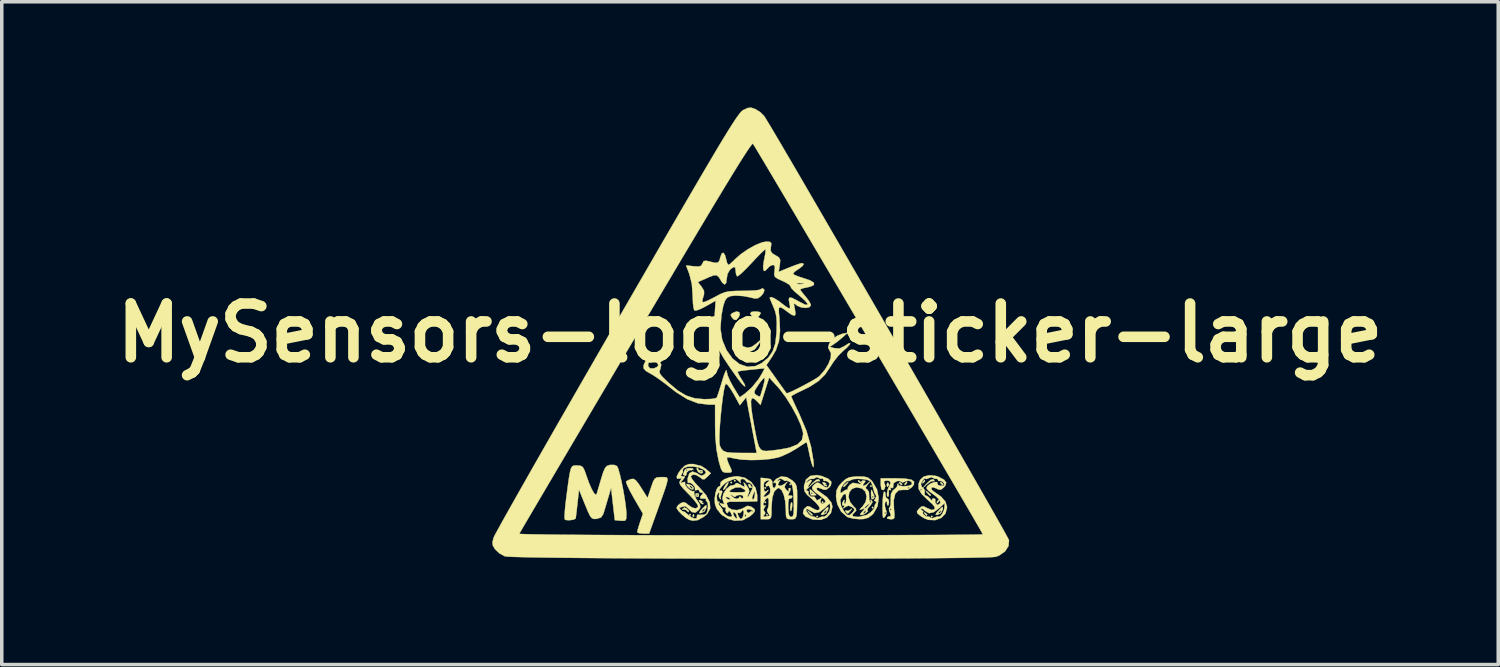
<source format=kicad_pcb>
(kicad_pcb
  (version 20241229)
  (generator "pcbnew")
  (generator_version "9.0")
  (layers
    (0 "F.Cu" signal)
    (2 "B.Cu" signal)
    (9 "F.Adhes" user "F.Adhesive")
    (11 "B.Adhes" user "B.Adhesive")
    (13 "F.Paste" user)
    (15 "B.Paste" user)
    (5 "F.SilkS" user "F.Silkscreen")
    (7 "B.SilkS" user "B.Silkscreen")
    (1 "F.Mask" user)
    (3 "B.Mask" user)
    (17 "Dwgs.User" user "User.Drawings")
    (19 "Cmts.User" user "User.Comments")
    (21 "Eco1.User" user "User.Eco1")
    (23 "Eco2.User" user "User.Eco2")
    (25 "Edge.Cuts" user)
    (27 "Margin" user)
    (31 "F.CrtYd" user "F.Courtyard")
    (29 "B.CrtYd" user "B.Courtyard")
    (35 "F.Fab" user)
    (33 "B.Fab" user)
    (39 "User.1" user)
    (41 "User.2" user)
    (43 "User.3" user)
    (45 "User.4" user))
  (footprint "MySensors-logo-sticker-large"
    (layer "F.Cu")
    (at 18.223 6.394)
    (property "Reference" "MySensors-logo-sticker-large" (at 0 0 0) (layer "F.SilkS") (effects (font (size 1.524 1.524) (thickness 0.3))))
    (attr through_hole)
    (fp_poly (pts (xy -1.339 4.781) (xy -1.339 4.782) (xy -1.341 4.78) (xy -1.339 4.781)) (stroke (width 0.01) (type solid)) (fill yes) (layer "F.SilkS"))
    (fp_poly (pts (xy 2.166 4.273) (xy 2.166 4.274) (xy 2.164 4.272) (xy 2.166 4.273)) (stroke (width 0.01) (type solid)) (fill yes) (layer "F.SilkS"))
    (fp_poly (pts (xy -1.676 5.156) (xy -1.702 5.182) (xy -1.727 5.156) (xy -1.702 5.131) (xy -1.676 5.156)) (stroke (width 0.01) (type solid)) (fill yes) (layer "F.SilkS"))
    (fp_poly (pts (xy -0.864 4.801) (xy -0.889 4.826) (xy -0.914 4.801) (xy -0.889 4.775) (xy -0.864 4.801)) (stroke (width 0.01) (type solid)) (fill yes) (layer "F.SilkS"))
    (fp_poly (pts (xy -0.508 4.242) (xy -0.533 4.267) (xy -0.559 4.242) (xy -0.533 4.216) (xy -0.508 4.242)) (stroke (width 0.01) (type solid)) (fill yes) (layer "F.SilkS"))
    (fp_poly (pts (xy -0.406 4.191) (xy -0.432 4.216) (xy -0.457 4.191) (xy -0.432 4.166) (xy -0.406 4.191)) (stroke (width 0.01) (type solid)) (fill yes) (layer "F.SilkS"))
    (fp_poly (pts (xy 0.457 4.394) (xy 0.432 4.42) (xy 0.406 4.394) (xy 0.432 4.369) (xy 0.457 4.394)) (stroke (width 0.01) (type solid)) (fill yes) (layer "F.SilkS"))
    (fp_poly (pts (xy 0.457 4.801) (xy 0.432 4.826) (xy 0.406 4.801) (xy 0.432 4.775) (xy 0.457 4.801)) (stroke (width 0.01) (type solid)) (fill yes) (layer "F.SilkS"))
    (fp_poly (pts (xy 0.508 5.156) (xy 0.483 5.182) (xy 0.457 5.156) (xy 0.483 5.131) (xy 0.508 5.156)) (stroke (width 0.01) (type solid)) (fill yes) (layer "F.SilkS"))
    (fp_poly (pts (xy 1.168 4.293) (xy 1.143 4.318) (xy 1.118 4.293) (xy 1.143 4.267) (xy 1.168 4.293)) (stroke (width 0.01) (type solid)) (fill yes) (layer "F.SilkS"))
    (fp_poly (pts (xy 1.93 5.207) (xy 1.905 5.232) (xy 1.88 5.207) (xy 1.905 5.182) (xy 1.93 5.207)) (stroke (width 0.01) (type solid)) (fill yes) (layer "F.SilkS"))
    (fp_poly (pts (xy 2.083 4.801) (xy 2.057 4.826) (xy 2.032 4.801) (xy 2.057 4.775) (xy 2.083 4.801)) (stroke (width 0.01) (type solid)) (fill yes) (layer "F.SilkS"))
    (fp_poly (pts (xy 3.454 4.343) (xy 3.429 4.369) (xy 3.404 4.343) (xy 3.429 4.318) (xy 3.454 4.343)) (stroke (width 0.01) (type solid)) (fill yes) (layer "F.SilkS"))
    (fp_poly (pts (xy 3.505 4.953) (xy 3.48 4.978) (xy 3.454 4.953) (xy 3.48 4.928) (xy 3.505 4.953)) (stroke (width 0.01) (type solid)) (fill yes) (layer "F.SilkS"))
    (fp_poly (pts (xy 5.182 5.207) (xy 5.156 5.232) (xy 5.131 5.207) (xy 5.156 5.182) (xy 5.182 5.207)) (stroke (width 0.01) (type solid)) (fill yes) (layer "F.SilkS"))
    (fp_poly (pts (xy -1.592 5.148) (xy -1.586 5.208) (xy -1.592 5.215) (xy -1.622 5.208) (xy -1.626 5.182) (xy -1.607 5.14) (xy -1.592 5.148)) (stroke (width 0.01) (type solid)) (fill yes) (layer "F.SilkS"))
    (fp_poly (pts (xy 3.091 4.186) (xy 3.145 4.233) (xy 3.15 4.245) (xy 3.125 4.266) (xy 3.075 4.219) (xy 3.069 4.209) (xy 3.063 4.174) (xy 3.091 4.186)) (stroke (width 0.01) (type solid)) (fill yes) (layer "F.SilkS"))
    (fp_poly (pts (xy 3.921 4.248) (xy 3.942 4.306) (xy 3.935 4.322) (xy 3.893 4.366) (xy 3.878 4.314) (xy 3.878 4.295) (xy 3.9 4.244) (xy 3.921 4.248)) (stroke (width 0.01) (type solid)) (fill yes) (layer "F.SilkS"))
    (fp_poly (pts (xy 4.259 4.237) (xy 4.313 4.284) (xy 4.318 4.296) (xy 4.294 4.316) (xy 4.244 4.27) (xy 4.237 4.259) (xy 4.231 4.225) (xy 4.259 4.237)) (stroke (width 0.01) (type solid)) (fill yes) (layer "F.SilkS"))
    (fp_poly (pts (xy 4.971 5.101) (xy 5.025 5.152) (xy 5.014 5.181) (xy 5.007 5.182) (xy 4.964 5.146) (xy 4.948 5.123) (xy 4.942 5.088) (xy 4.971 5.101)) (stroke (width 0.01) (type solid)) (fill yes) (layer "F.SilkS"))
    (fp_poly (pts (xy 5.428 4.237) (xy 5.482 4.288) (xy 5.471 4.318) (xy 5.464 4.318) (xy 5.421 4.282) (xy 5.405 4.259) (xy 5.399 4.225) (xy 5.428 4.237)) (stroke (width 0.01) (type solid)) (fill yes) (layer "F.SilkS"))
    (fp_poly (pts (xy -0.611 4.245) (xy -0.641 4.319) (xy -0.687 4.391) (xy -0.742 4.448) (xy -0.76 4.442) (xy -0.731 4.368) (xy -0.684 4.296) (xy -0.629 4.238) (xy -0.611 4.245)) (stroke (width 0.01) (type solid)) (fill yes) (layer "F.SilkS"))
    (fp_poly (pts (xy 0.009 4.307) (xy 0.048 4.372) (xy 0.043 4.393) (xy -0.01 4.392) (xy -0.017 4.386) (xy -0.05 4.308) (xy -0.051 4.299) (xy -0.025 4.28) (xy 0.009 4.307)) (stroke (width 0.01) (type solid)) (fill yes) (layer "F.SilkS"))
    (fp_poly (pts (xy 1.194 4.823) (xy 1.197 4.899) (xy 1.181 5.006) (xy 1.162 5.053) (xy 1.143 5.032) (xy 1.14 4.956) (xy 1.155 4.849) (xy 1.175 4.802) (xy 1.194 4.823)) (stroke (width 0.01) (type solid)) (fill yes) (layer "F.SilkS"))
    (fp_poly (pts (xy 1.652 5.045) (xy 1.689 5.074) (xy 1.759 5.136) (xy 1.778 5.162) (xy 1.753 5.178) (xy 1.686 5.112) (xy 1.67 5.093) (xy 1.626 5.033) (xy 1.652 5.045)) (stroke (width 0.01) (type solid)) (fill yes) (layer "F.SilkS"))
    (fp_poly (pts (xy 2.778 4.243) (xy 2.75 4.28) (xy 2.676 4.359) (xy 2.642 4.359) (xy 2.642 4.35) (xy 2.676 4.307) (xy 2.731 4.261) (xy 2.791 4.217) (xy 2.778 4.243)) (stroke (width 0.01) (type solid)) (fill yes) (layer "F.SilkS"))
    (fp_poly (pts (xy 4.454 4.249) (xy 4.445 4.267) (xy 4.397 4.316) (xy 4.388 4.318) (xy 4.385 4.285) (xy 4.394 4.267) (xy 4.442 4.219) (xy 4.451 4.216) (xy 4.454 4.249)) (stroke (width 0.01) (type solid)) (fill yes) (layer "F.SilkS"))
    (fp_poly (pts (xy 4.962 4.198) (xy 4.953 4.216) (xy 4.905 4.265) (xy 4.896 4.267) (xy 4.893 4.234) (xy 4.902 4.216) (xy 4.95 4.168) (xy 4.959 4.166) (xy 4.962 4.198)) (stroke (width 0.01) (type solid)) (fill yes) (layer "F.SilkS"))
    (fp_poly (pts (xy 5.005 4.486) (xy 5.042 4.515) (xy 5.112 4.577) (xy 5.131 4.604) (xy 5.106 4.619) (xy 5.039 4.554) (xy 5.023 4.534) (xy 4.979 4.474) (xy 5.005 4.486)) (stroke (width 0.01) (type solid)) (fill yes) (layer "F.SilkS"))
    (fp_poly (pts (xy 5.369 4.757) (xy 5.359 4.775) (xy 5.312 4.824) (xy 5.303 4.826) (xy 5.299 4.793) (xy 5.309 4.775) (xy 5.356 4.727) (xy 5.365 4.724) (xy 5.369 4.757)) (stroke (width 0.01) (type solid)) (fill yes) (layer "F.SilkS"))
    (fp_poly (pts (xy -1.348 4.777) (xy -1.372 4.801) (xy -1.346 4.826) (xy -1.332 4.812) (xy -1.325 4.842) (xy -1.335 4.857) (xy -1.38 4.843) (xy -1.418 4.806) (xy -1.453 4.749) (xy -1.413 4.742) (xy -1.348 4.777)) (stroke (width 0.01) (type solid)) (fill yes) (layer "F.SilkS"))
    (fp_poly (pts (xy -0.306 -0.59) (xy -0.291 -0.516) (xy -0.32 -0.452) (xy -0.39 -0.368) (xy -0.455 -0.378) (xy -0.511 -0.436) (xy -0.551 -0.508) (xy -0.51 -0.559) (xy -0.505 -0.562) (xy -0.384 -0.61) (xy -0.306 -0.59)) (stroke (width 0.01) (type solid)) (fill yes) (layer "F.SilkS"))
    (fp_poly (pts (xy 2.157 4.269) (xy 2.134 4.293) (xy 2.159 4.318) (xy 2.173 4.304) (xy 2.181 4.334) (xy 2.17 4.349) (xy 2.125 4.335) (xy 2.087 4.298) (xy 2.052 4.241) (xy 2.093 4.234) (xy 2.157 4.269)) (stroke (width 0.01) (type solid)) (fill yes) (layer "F.SilkS"))
    (fp_poly (pts (xy 2.877 5.008) (xy 2.851 5.042) (xy 2.785 5.117) (xy 2.745 5.115) (xy 2.713 5.067) (xy 2.702 5.031) (xy 2.718 5.041) (xy 2.786 5.046) (xy 2.84 5.016) (xy 2.893 4.978) (xy 2.877 5.008)) (stroke (width 0.01) (type solid)) (fill yes) (layer "F.SilkS"))
    (fp_poly (pts (xy -1.799 4.982) (xy -1.732 5.052) (xy -1.746 5.08) (xy -1.75 5.08) (xy -1.793 5.044) (xy -1.804 5.028) (xy -1.867 5.002) (xy -1.891 5.011) (xy -1.922 5.013) (xy -1.908 4.984) (xy -1.857 4.949) (xy -1.799 4.982)) (stroke (width 0.01) (type solid)) (fill yes) (layer "F.SilkS"))
    (fp_poly (pts (xy 0.259 -0.598) (xy 0.305 -0.569) (xy 0.305 -0.569) (xy 0.271 -0.5) (xy 0.201 -0.43) (xy 0.152 -0.406) (xy 0.095 -0.438) (xy 0.061 -0.467) (xy 0.004 -0.551) (xy 0.041 -0.597) (xy 0.152 -0.61) (xy 0.259 -0.598)) (stroke (width 0.01) (type solid)) (fill yes) (layer "F.SilkS"))
    (fp_poly (pts (xy 1.981 4.198) (xy 1.981 4.202) (xy 1.956 4.207) (xy 1.947 4.199) (xy 1.89 4.206) (xy 1.797 4.267) (xy 1.782 4.279) (xy 1.651 4.394) (xy 1.773 4.256) (xy 1.873 4.169) (xy 1.949 4.148) (xy 1.981 4.198)) (stroke (width 0.01) (type solid)) (fill yes) (layer "F.SilkS"))
    (fp_poly (pts (xy 5.232 4.198) (xy 5.232 4.202) (xy 5.207 4.207) (xy 5.198 4.199) (xy 5.141 4.206) (xy 5.048 4.267) (xy 5.033 4.279) (xy 4.902 4.394) (xy 5.024 4.256) (xy 5.124 4.169) (xy 5.2 4.148) (xy 5.232 4.198)) (stroke (width 0.01) (type solid)) (fill yes) (layer "F.SilkS"))
    (fp_poly (pts (xy -1.462 4.554) (xy -1.45 4.568) (xy -1.456 4.634) (xy -1.469 4.646) (xy -1.535 4.64) (xy -1.547 4.627) (xy -1.544 4.597) (xy -1.524 4.597) (xy -1.499 4.623) (xy -1.473 4.597) (xy -1.499 4.572) (xy -1.524 4.597) (xy -1.544 4.597) (xy -1.542 4.561) (xy -1.528 4.549) (xy -1.462 4.554)) (stroke (width 0.01) (type solid)) (fill yes) (layer "F.SilkS"))
    (fp_poly (pts (xy 0.253 0.307) (xy 0.134 0.466) (xy -0.022 0.543) (xy -0.162 0.557) (xy -0.321 0.535) (xy -0.422 0.455) (xy -0.429 0.446) (xy -0.489 0.336) (xy -0.508 0.262) (xy -0.492 0.222) (xy -0.43 0.244) (xy -0.381 0.275) (xy -0.2 0.381) (xy -0.066 0.419) (xy 0.049 0.393) (xy 0.158 0.317) (xy 0.32 0.181) (xy 0.253 0.307)) (stroke (width 0.01) (type solid)) (fill yes) (layer "F.SilkS"))
    (fp_poly (pts (xy 1.726 4.451) (xy 1.782 4.499) (xy 1.855 4.568) (xy 1.88 4.597) (xy 1.84 4.604) (xy 1.766 4.606) (xy 1.723 4.602) (xy 1.712 4.556) (xy 1.71 4.547) (xy 1.727 4.547) (xy 1.753 4.572) (xy 1.778 4.547) (xy 1.753 4.521) (xy 1.727 4.547) (xy 1.71 4.547) (xy 1.702 4.504) (xy 1.695 4.442) (xy 1.726 4.451)) (stroke (width 0.01) (type solid)) (fill yes) (layer "F.SilkS"))
    (fp_poly (pts (xy -1.756 4.287) (xy -1.659 4.323) (xy -1.601 4.381) (xy -1.609 4.434) (xy -1.614 4.438) (xy -1.68 4.428) (xy -1.75 4.371) (xy -1.782 4.333) (xy -1.719 4.333) (xy -1.707 4.361) (xy -1.656 4.415) (xy -1.626 4.404) (xy -1.626 4.397) (xy -1.662 4.354) (xy -1.684 4.339) (xy -1.719 4.333) (xy -1.782 4.333) (xy -1.806 4.302) (xy -1.791 4.283) (xy -1.756 4.287)) (stroke (width 0.01) (type solid)) (fill yes) (layer "F.SilkS"))
    (fp_poly (pts (xy -1.476 3.833) (xy -1.473 3.855) (xy -1.445 3.895) (xy -1.426 3.888) (xy -1.36 3.894) (xy -1.349 3.907) (xy -1.342 3.967) (xy -1.392 3.984) (xy -1.462 3.949) (xy -1.473 3.937) (xy -1.422 3.937) (xy -1.397 3.962) (xy -1.372 3.937) (xy -1.397 3.912) (xy -1.422 3.937) (xy -1.473 3.937) (xy -1.475 3.935) (xy -1.513 3.858) (xy -1.506 3.826) (xy -1.476 3.833)) (stroke (width 0.01) (type solid)) (fill yes) (layer "F.SilkS"))
    (fp_poly (pts (xy 3.481 4.513) (xy 3.481 4.513) (xy 3.505 4.582) (xy 3.52 4.607) (xy 3.525 4.679) (xy 3.506 4.698) (xy 3.454 4.718) (xy 3.449 4.715) (xy 3.438 4.648) (xy 3.454 4.648) (xy 3.48 4.674) (xy 3.505 4.648) (xy 3.48 4.623) (xy 3.454 4.648) (xy 3.438 4.648) (xy 3.436 4.633) (xy 3.432 4.534) (xy 3.438 4.461) (xy 3.45 4.449) (xy 3.481 4.513)) (stroke (width 0.01) (type solid)) (fill yes) (layer "F.SilkS"))
    (fp_poly (pts (xy -1.235 4.924) (xy -1.239 4.952) (xy -1.294 5.067) (xy -1.404 5.112) (xy -1.442 5.102) (xy -1.427 5.077) (xy -1.359 5.077) (xy -1.352 5.08) (xy -1.306 5.044) (xy -1.295 5.029) (xy -1.282 4.982) (xy -1.289 4.978) (xy -1.336 5.014) (xy -1.346 5.029) (xy -1.359 5.077) (xy -1.427 5.077) (xy -1.407 5.044) (xy -1.368 5) (xy -1.278 4.908) (xy -1.239 4.884) (xy -1.235 4.924)) (stroke (width 0.01) (type solid)) (fill yes) (layer "F.SilkS"))
    (fp_poly (pts (xy 2.219 4.974) (xy 2.215 5.002) (xy 2.16 5.118) (xy 2.051 5.162) (xy 2.012 5.153) (xy 2.027 5.127) (xy 2.095 5.127) (xy 2.102 5.131) (xy 2.149 5.095) (xy 2.159 5.08) (xy 2.172 5.033) (xy 2.165 5.029) (xy 2.119 5.065) (xy 2.108 5.08) (xy 2.095 5.127) (xy 2.027 5.127) (xy 2.047 5.094) (xy 2.086 5.051) (xy 2.176 4.958) (xy 2.215 4.935) (xy 2.219 4.974)) (stroke (width 0.01) (type solid)) (fill yes) (layer "F.SilkS"))
    (fp_poly (pts (xy 5.47 4.974) (xy 5.466 5.002) (xy 5.411 5.118) (xy 5.302 5.162) (xy 5.263 5.153) (xy 5.279 5.127) (xy 5.346 5.127) (xy 5.353 5.131) (xy 5.4 5.095) (xy 5.41 5.08) (xy 5.423 5.033) (xy 5.416 5.029) (xy 5.37 5.065) (xy 5.359 5.08) (xy 5.346 5.127) (xy 5.279 5.127) (xy 5.298 5.094) (xy 5.337 5.051) (xy 5.427 4.958) (xy 5.466 4.935) (xy 5.47 4.974)) (stroke (width 0.01) (type solid)) (fill yes) (layer "F.SilkS"))
    (fp_poly (pts (xy -1.626 3.841) (xy -1.606 3.87) (xy -1.663 3.893) (xy -1.674 3.888) (xy -1.731 3.897) (xy -1.79 3.952) (xy -1.809 4.011) (xy -1.803 4.022) (xy -1.82 4.044) (xy -1.852 4.047) (xy -1.899 4.019) (xy -1.891 3.992) (xy -1.857 3.905) (xy -1.855 3.889) (xy -1.852 3.886) (xy -1.829 3.886) (xy -1.803 3.912) (xy -1.778 3.886) (xy -1.803 3.861) (xy -1.829 3.886) (xy -1.852 3.886) (xy -1.81 3.851) (xy -1.716 3.833) (xy -1.626 3.841)) (stroke (width 0.01) (type solid)) (fill yes) (layer "F.SilkS"))
    (fp_poly (pts (xy 3.835 4.52) (xy 3.841 4.586) (xy 3.857 4.67) (xy 3.889 4.69) (xy 3.929 4.725) (xy 3.942 4.801) (xy 3.928 4.883) (xy 3.901 4.895) (xy 3.882 4.837) (xy 3.888 4.822) (xy 3.88 4.778) (xy 3.862 4.775) (xy 3.828 4.816) (xy 3.825 4.912) (xy 3.852 5.018) (xy 3.87 5.055) (xy 3.869 5.131) (xy 3.831 5.205) (xy 3.795 5.244) (xy 3.773 5.23) (xy 3.763 5.149) (xy 3.762 5.105) (xy 3.81 5.105) (xy 3.835 5.131) (xy 3.861 5.105) (xy 3.835 5.08) (xy 3.81 5.105) (xy 3.762 5.105) (xy 3.759 4.986) (xy 3.759 4.915) (xy 3.765 4.726) (xy 3.779 4.581) (xy 3.799 4.504) (xy 3.803 4.5) (xy 3.835 4.52)) (stroke (width 0.01) (type solid)) (fill yes) (layer "F.SilkS"))
    (fp_poly (pts (xy -2.375 4.095) (xy -2.345 4.121) (xy -2.341 4.179) (xy -2.364 4.283) (xy -2.417 4.446) (xy -2.5 4.681) (xy -2.602 4.966) (xy -2.862 5.69) (xy -3.031 5.69) (xy -3.145 5.679) (xy -3.2 5.652) (xy -3.2 5.648) (xy -3.185 5.579) (xy -3.146 5.45) (xy -3.119 5.366) (xy -3.037 5.127) (xy -3.294 4.684) (xy -3.398 4.496) (xy -3.474 4.34) (xy -3.514 4.238) (xy -3.515 4.209) (xy -3.442 4.17) (xy -3.371 4.144) (xy -3.302 4.139) (xy -3.236 4.182) (xy -3.153 4.288) (xy -3.084 4.395) (xy -2.906 4.679) (xy -2.808 4.384) (xy -2.751 4.222) (xy -2.703 4.134) (xy -2.641 4.097) (xy -2.543 4.089) (xy -2.51 4.089) (xy -2.431 4.089) (xy -2.375 4.095)) (stroke (width 0.01) (type solid)) (fill yes) (layer "F.SilkS"))
    (fp_poly (pts (xy -3.772 3.777) (xy -3.737 3.852) (xy -3.694 4.003) (xy -3.646 4.208) (xy -3.599 4.442) (xy -3.557 4.682) (xy -3.525 4.904) (xy -3.507 5.084) (xy -3.505 5.144) (xy -3.511 5.271) (xy -3.543 5.323) (xy -3.628 5.328) (xy -3.67 5.325) (xy -3.835 5.309) (xy -3.888 4.851) (xy -3.94 4.394) (xy -4.03 4.699) (xy -4.085 4.884) (xy -4.134 5.047) (xy -4.159 5.131) (xy -4.225 5.233) (xy -4.353 5.273) (xy -4.428 5.276) (xy -4.485 5.254) (xy -4.536 5.191) (xy -4.596 5.068) (xy -4.679 4.868) (xy -4.679 4.867) (xy -4.851 4.445) (xy -4.896 4.851) (xy -4.917 5.041) (xy -4.935 5.186) (xy -4.945 5.261) (xy -4.947 5.266) (xy -5.013 5.297) (xy -5.122 5.311) (xy -5.22 5.306) (xy -5.254 5.289) (xy -5.261 5.22) (xy -5.254 5.073) (xy -5.235 4.869) (xy -5.207 4.637) (xy -5.165 4.321) (xy -5.132 4.091) (xy -5.104 3.935) (xy -5.076 3.837) (xy -5.043 3.784) (xy -5.001 3.763) (xy -4.944 3.759) (xy -4.904 3.759) (xy -4.805 3.767) (xy -4.742 3.805) (xy -4.693 3.898) (xy -4.649 4.025) (xy -4.568 4.251) (xy -4.49 4.429) (xy -4.422 4.547) (xy -4.372 4.591) (xy -4.352 4.572) (xy -4.326 4.488) (xy -4.281 4.337) (xy -4.226 4.151) (xy -4.221 4.133) (xy -4.162 3.944) (xy -4.112 3.831) (xy -4.057 3.772) (xy -3.983 3.745) (xy -3.975 3.743) (xy -3.849 3.743) (xy -3.772 3.777)) (stroke (width 0.01) (type solid)) (fill yes) (layer "F.SilkS"))
    (fp_poly (pts (xy 4.403 4.132) (xy 4.574 4.162) (xy 4.654 4.217) (xy 4.647 4.299) (xy 4.593 4.374) (xy 4.476 4.452) (xy 4.358 4.45) (xy 4.214 4.461) (xy 4.12 4.559) (xy 4.076 4.741) (xy 4.082 4.98) (xy 4.097 5.148) (xy 4.094 5.238) (xy 4.064 5.276) (xy 4 5.283) (xy 3.984 5.283) (xy 3.897 5.267) (xy 3.887 5.232) (xy 3.945 5.2) (xy 3.961 5.206) (xy 3.992 5.197) (xy 3.986 5.13) (xy 3.947 5.045) (xy 3.943 5.004) (xy 3.962 5.004) (xy 3.988 5.029) (xy 4.013 5.004) (xy 3.988 4.978) (xy 3.962 5.004) (xy 3.943 5.004) (xy 3.94 4.975) (xy 3.956 4.957) (xy 3.983 4.892) (xy 3.993 4.767) (xy 3.991 4.721) (xy 3.998 4.567) (xy 4.047 4.473) (xy 4.086 4.441) (xy 4.138 4.394) (xy 4.47 4.394) (xy 4.496 4.42) (xy 4.521 4.394) (xy 4.496 4.369) (xy 4.47 4.394) (xy 4.138 4.394) (xy 4.159 4.376) (xy 4.174 4.338) (xy 4.187 4.283) (xy 4.195 4.276) (xy 4.212 4.275) (xy 4.203 4.294) (xy 4.226 4.33) (xy 4.336 4.348) (xy 4.371 4.349) (xy 4.505 4.335) (xy 4.586 4.298) (xy 4.592 4.287) (xy 4.579 4.222) (xy 4.506 4.189) (xy 4.417 4.202) (xy 4.392 4.218) (xy 4.32 4.243) (xy 4.297 4.224) (xy 4.23 4.195) (xy 4.166 4.202) (xy 4.072 4.26) (xy 4.058 4.376) (xy 4.059 4.385) (xy 4.033 4.402) (xy 4.007 4.39) (xy 3.971 4.382) (xy 3.988 4.42) (xy 4.001 4.462) (xy 3.973 4.451) (xy 3.934 4.458) (xy 3.937 4.519) (xy 3.936 4.612) (xy 3.916 4.645) (xy 3.888 4.628) (xy 3.884 4.551) (xy 3.903 4.45) (xy 3.937 4.369) (xy 3.988 4.255) (xy 3.959 4.198) (xy 3.882 4.186) (xy 3.802 4.203) (xy 3.803 4.239) (xy 3.838 4.343) (xy 3.809 4.433) (xy 3.772 4.458) (xy 3.725 4.432) (xy 3.708 4.311) (xy 3.708 4.301) (xy 3.708 4.124) (xy 4.137 4.122) (xy 4.403 4.132)) (stroke (width 0.01) (type solid)) (fill yes) (layer "F.SilkS"))
    (fp_poly (pts (xy 2.033 4.058) (xy 2.22 4.135) (xy 2.307 4.222) (xy 2.294 4.322) (xy 2.25 4.377) (xy 2.16 4.446) (xy 2.075 4.44) (xy 2.034 4.421) (xy 1.934 4.388) (xy 1.884 4.405) (xy 1.904 4.455) (xy 1.95 4.489) (xy 2.179 4.654) (xy 2.307 4.811) (xy 2.337 4.926) (xy 2.294 5.109) (xy 2.176 5.237) (xy 2.002 5.302) (xy 1.79 5.291) (xy 1.746 5.28) (xy 1.576 5.206) (xy 1.501 5.115) (xy 1.524 5.01) (xy 1.536 4.995) (xy 1.592 4.995) (xy 1.596 5.051) (xy 1.65 5.128) (xy 1.723 5.192) (xy 1.781 5.205) (xy 1.781 5.205) (xy 1.84 5.215) (xy 1.854 5.232) (xy 1.92 5.256) (xy 1.984 5.231) (xy 2.061 5.203) (xy 2.083 5.213) (xy 2.114 5.21) (xy 2.183 5.157) (xy 2.257 5.045) (xy 2.274 4.947) (xy 2.264 4.828) (xy 2.122 4.964) (xy 1.967 5.082) (xy 1.836 5.108) (xy 1.716 5.044) (xy 1.715 5.044) (xy 1.634 4.993) (xy 1.592 4.995) (xy 1.536 4.995) (xy 1.549 4.979) (xy 1.625 4.913) (xy 1.695 4.923) (xy 1.745 4.955) (xy 1.851 5.012) (xy 1.916 5.029) (xy 1.978 5.002) (xy 1.96 4.927) (xy 1.868 4.813) (xy 1.75 4.705) (xy 1.618 4.588) (xy 1.552 4.498) (xy 1.531 4.405) (xy 1.534 4.326) (xy 1.555 4.262) (xy 1.58 4.262) (xy 1.602 4.25) (xy 1.626 4.229) (xy 1.713 4.17) (xy 1.752 4.178) (xy 1.723 4.242) (xy 1.702 4.267) (xy 1.65 4.34) (xy 1.656 4.37) (xy 1.661 4.391) (xy 1.626 4.42) (xy 1.582 4.46) (xy 1.616 4.47) (xy 1.66 4.496) (xy 1.655 4.515) (xy 1.662 4.577) (xy 1.718 4.634) (xy 1.782 4.648) (xy 1.794 4.64) (xy 1.835 4.651) (xy 1.859 4.693) (xy 1.898 4.749) (xy 1.963 4.72) (xy 1.971 4.713) (xy 2.026 4.675) (xy 2.016 4.707) (xy 2.013 4.712) (xy 1.994 4.8) (xy 2.035 4.847) (xy 2.112 4.823) (xy 2.112 4.823) (xy 2.142 4.776) (xy 2.109 4.719) (xy 2.002 4.632) (xy 1.986 4.62) (xy 1.839 4.508) (xy 1.768 4.43) (xy 1.763 4.369) (xy 1.815 4.305) (xy 1.822 4.299) (xy 1.894 4.247) (xy 1.958 4.255) (xy 2.044 4.316) (xy 2.141 4.38) (xy 2.202 4.377) (xy 2.23 4.349) (xy 2.258 4.274) (xy 2.218 4.224) (xy 2.144 4.191) (xy 2.116 4.2) (xy 2.086 4.193) (xy 2.083 4.166) (xy 2.064 4.124) (xy 2.049 4.131) (xy 1.988 4.134) (xy 1.952 4.112) (xy 1.88 4.088) (xy 1.857 4.11) (xy 1.789 4.142) (xy 1.759 4.136) (xy 1.68 4.151) (xy 1.623 4.201) (xy 1.58 4.262) (xy 1.555 4.262) (xy 1.588 4.156) (xy 1.711 4.055) (xy 1.89 4.031) (xy 2.033 4.058)) (stroke (width 0.01) (type solid)) (fill yes) (layer "F.SilkS"))
    (fp_poly (pts (xy 5.276 4.056) (xy 5.348 4.081) (xy 5.505 4.164) (xy 5.566 4.245) (xy 5.537 4.336) (xy 5.499 4.379) (xy 5.413 4.446) (xy 5.337 4.438) (xy 5.292 4.413) (xy 5.197 4.378) (xy 5.146 4.389) (xy 5.15 4.444) (xy 5.201 4.489) (xy 5.416 4.64) (xy 5.542 4.783) (xy 5.587 4.93) (xy 5.588 4.95) (xy 5.544 5.122) (xy 5.424 5.246) (xy 5.249 5.309) (xy 5.055 5.3) (xy 4.94 5.254) (xy 4.827 5.183) (xy 4.744 5.112) (xy 4.736 5.059) (xy 4.782 5.001) (xy 4.843 5.001) (xy 4.877 5.029) (xy 4.92 5.07) (xy 4.909 5.079) (xy 4.899 5.111) (xy 4.927 5.156) (xy 4.997 5.207) (xy 5.031 5.206) (xy 5.091 5.215) (xy 5.105 5.232) (xy 5.173 5.256) (xy 5.229 5.234) (xy 5.314 5.205) (xy 5.345 5.21) (xy 5.393 5.203) (xy 5.451 5.131) (xy 5.499 5.027) (xy 5.515 4.945) (xy 5.522 4.822) (xy 5.377 4.96) (xy 5.214 5.082) (xy 5.078 5.112) (xy 4.977 5.053) (xy 4.898 4.99) (xy 4.858 4.979) (xy 4.843 5.001) (xy 4.782 5.001) (xy 4.793 4.987) (xy 4.863 4.922) (xy 4.928 4.918) (xy 5.031 4.97) (xy 5.152 5.021) (xy 5.227 5.003) (xy 5.233 4.998) (xy 5.241 4.945) (xy 5.179 4.86) (xy 5.039 4.733) (xy 5.032 4.727) (xy 4.863 4.562) (xy 4.797 4.445) (xy 4.826 4.445) (xy 4.851 4.47) (xy 4.877 4.445) (xy 4.851 4.42) (xy 4.826 4.445) (xy 4.797 4.445) (xy 4.782 4.417) (xy 4.782 4.289) (xy 4.847 4.289) (xy 4.876 4.37) (xy 4.905 4.388) (xy 4.952 4.452) (xy 4.954 4.518) (xy 4.955 4.595) (xy 4.978 4.609) (xy 5.04 4.635) (xy 5.106 4.699) (xy 5.157 4.755) (xy 5.162 4.746) (xy 5.176 4.697) (xy 5.207 4.691) (xy 5.256 4.713) (xy 5.253 4.733) (xy 5.252 4.81) (xy 5.306 4.871) (xy 5.332 4.877) (xy 5.385 4.837) (xy 5.401 4.807) (xy 5.377 4.737) (xy 5.276 4.636) (xy 5.197 4.576) (xy 5.069 4.481) (xy 5.012 4.419) (xy 5.014 4.369) (xy 5.047 4.326) (xy 5.122 4.272) (xy 5.213 4.236) (xy 5.289 4.226) (xy 5.317 4.249) (xy 5.31 4.264) (xy 5.33 4.308) (xy 5.385 4.333) (xy 5.478 4.337) (xy 5.511 4.319) (xy 5.502 4.26) (xy 5.442 4.206) (xy 5.378 4.193) (xy 5.367 4.2) (xy 5.337 4.194) (xy 5.334 4.171) (xy 5.306 4.132) (xy 5.287 4.138) (xy 5.221 4.132) (xy 5.207 4.115) (xy 5.142 4.091) (xy 5.077 4.116) (xy 5 4.144) (xy 4.978 4.132) (xy 4.957 4.12) (xy 4.911 4.165) (xy 4.865 4.236) (xy 4.847 4.289) (xy 4.782 4.289) (xy 4.782 4.274) (xy 4.826 4.166) (xy 4.928 4.073) (xy 5.089 4.035) (xy 5.276 4.056)) (stroke (width 0.01) (type solid)) (fill yes) (layer "F.SilkS"))
    (fp_poly (pts (xy -1.38 3.774) (xy -1.26 3.852) (xy -1.11 3.978) (xy -1.214 4.081) (xy -1.294 4.15) (xy -1.352 4.147) (xy -1.412 4.099) (xy -1.519 4.032) (xy -1.617 4.017) (xy -1.673 4.056) (xy -1.676 4.079) (xy -1.642 4.147) (xy -1.554 4.257) (xy -1.451 4.366) (xy -1.247 4.598) (xy -1.141 4.803) (xy -1.13 4.981) (xy -1.216 5.135) (xy -1.316 5.218) (xy -1.48 5.307) (xy -1.621 5.325) (xy -1.727 5.298) (xy -1.822 5.242) (xy -1.934 5.148) (xy -2.03 5.047) (xy -2.081 4.967) (xy -2.083 4.956) (xy -2.075 4.943) (xy -2.019 4.943) (xy -1.985 4.992) (xy -1.923 5.055) (xy -1.895 5.061) (xy -1.849 5.078) (xy -1.766 5.147) (xy -1.76 5.153) (xy -1.66 5.229) (xy -1.568 5.264) (xy -1.509 5.253) (xy -1.508 5.201) (xy -1.496 5.157) (xy -1.405 5.159) (xy -1.292 5.154) (xy -1.235 5.119) (xy -1.203 5.027) (xy -1.192 4.911) (xy -1.202 4.813) (xy -1.232 4.775) (xy -1.254 4.744) (xy -1.246 4.727) (xy -1.262 4.697) (xy -1.319 4.699) (xy -1.407 4.696) (xy -1.41 4.642) (xy -1.359 4.579) (xy -1.323 4.53) (xy -1.371 4.53) (xy -1.372 4.53) (xy -1.431 4.514) (xy -1.436 4.485) (xy -1.46 4.446) (xy -1.508 4.455) (xy -1.564 4.462) (xy -1.559 4.435) (xy -1.565 4.369) (xy -1.623 4.296) (xy -1.698 4.249) (xy -1.748 4.254) (xy -1.768 4.237) (xy -1.769 4.145) (xy -1.766 4.115) (xy -1.72 3.979) (xy -1.629 3.932) (xy -1.502 3.977) (xy -1.461 4.007) (xy -1.377 4.052) (xy -1.299 4.016) (xy -1.295 4.013) (xy -1.248 3.958) (xy -1.278 3.908) (xy -1.327 3.871) (xy -1.459 3.813) (xy -1.622 3.787) (xy -1.775 3.793) (xy -1.879 3.835) (xy -1.886 3.843) (xy -1.916 3.9) (xy -1.905 3.912) (xy -1.9 3.943) (xy -1.93 3.988) (xy -1.961 4.055) (xy -1.903 4.073) (xy -1.856 4.066) (xy -1.849 4.09) (xy -1.902 4.162) (xy -1.904 4.164) (xy -1.967 4.238) (xy -1.962 4.254) (xy -1.907 4.235) (xy -1.841 4.224) (xy -1.844 4.251) (xy -1.835 4.316) (xy -1.773 4.398) (xy -1.69 4.466) (xy -1.619 4.491) (xy -1.602 4.484) (xy -1.579 4.486) (xy -1.587 4.521) (xy -1.575 4.608) (xy -1.514 4.728) (xy -1.494 4.756) (xy -1.421 4.867) (xy -1.409 4.941) (xy -1.446 5.01) (xy -1.545 5.095) (xy -1.649 5.08) (xy -1.745 4.99) (xy -1.83 4.913) (xy -1.899 4.923) (xy -1.902 4.925) (xy -1.98 4.951) (xy -2.01 4.94) (xy -2.019 4.943) (xy -2.075 4.943) (xy -2.044 4.89) (xy -1.976 4.834) (xy -1.888 4.797) (xy -1.812 4.825) (xy -1.757 4.873) (xy -1.642 4.952) (xy -1.541 4.976) (xy -1.48 4.941) (xy -1.473 4.908) (xy -1.507 4.84) (xy -1.597 4.726) (xy -1.725 4.585) (xy -1.759 4.552) (xy -1.9 4.406) (xy -1.978 4.31) (xy -2.002 4.246) (xy -1.985 4.195) (xy -1.974 4.181) (xy -1.932 4.12) (xy -1.965 4.119) (xy -1.994 4.129) (xy -2.068 4.133) (xy -2.078 4.073) (xy -2.027 3.966) (xy -1.952 3.865) (xy -1.843 3.76) (xy -1.726 3.719) (xy -1.615 3.717) (xy -1.38 3.774)) (stroke (width 0.01) (type solid)) (fill yes) (layer "F.SilkS"))
    (fp_poly (pts (xy 1.04 4.088) (xy 1.2 4.184) (xy 1.277 4.26) (xy 1.319 4.345) (xy 1.335 4.469) (xy 1.337 4.628) (xy 1.334 4.896) (xy 1.329 5.079) (xy 1.316 5.192) (xy 1.291 5.254) (xy 1.251 5.278) (xy 1.191 5.283) (xy 1.167 5.283) (xy 1.081 5.278) (xy 1.036 5.248) (xy 1.019 5.166) (xy 1.016 5.008) (xy 1.016 5.002) (xy 1 4.778) (xy 0.958 4.59) (xy 0.897 4.457) (xy 0.823 4.398) (xy 0.786 4.402) (xy 0.691 4.489) (xy 0.632 4.667) (xy 0.61 4.937) (xy 0.61 4.982) (xy 0.608 5.149) (xy 0.593 5.239) (xy 0.555 5.276) (xy 0.479 5.283) (xy 0.457 5.283) (xy 0.305 5.283) (xy 0.305 4.864) (xy 0.374 4.864) (xy 0.396 4.902) (xy 0.424 4.893) (xy 0.448 4.892) (xy 0.417 4.939) (xy 0.379 5.018) (xy 0.406 5.055) (xy 0.435 5.108) (xy 0.406 5.157) (xy 0.378 5.199) (xy 0.406 5.211) (xy 0.51 5.194) (xy 0.552 5.185) (xy 0.542 5.15) (xy 0.515 5.113) (xy 0.481 5.041) (xy 0.489 5.014) (xy 0.517 4.945) (xy 0.532 4.837) (xy 0.53 4.732) (xy 0.511 4.675) (xy 0.505 4.674) (xy 0.44 4.716) (xy 0.387 4.814) (xy 0.374 4.864) (xy 0.305 4.864) (xy 0.305 4.651) (xy 0.382 4.651) (xy 0.438 4.643) (xy 0.447 4.64) (xy 0.542 4.578) (xy 0.573 4.522) (xy 0.572 4.408) (xy 0.553 4.362) (xy 0.516 4.322) (xy 0.509 4.334) (xy 0.476 4.351) (xy 0.454 4.342) (xy 0.443 4.291) (xy 0.492 4.24) (xy 0.554 4.19) (xy 0.53 4.18) (xy 0.483 4.186) (xy 0.402 4.233) (xy 0.388 4.323) (xy 0.398 4.455) (xy 0.419 4.504) (xy 0.464 4.488) (xy 0.495 4.465) (xy 0.524 4.453) (xy 0.489 4.503) (xy 0.464 4.532) (xy 0.39 4.62) (xy 0.382 4.651) (xy 0.305 4.651) (xy 0.305 4.108) (xy 0.47 4.124) (xy 0.584 4.147) (xy 0.628 4.205) (xy 0.632 4.281) (xy 0.651 4.381) (xy 0.695 4.4) (xy 0.735 4.332) (xy 0.74 4.302) (xy 0.73 4.243) (xy 0.707 4.245) (xy 0.663 4.257) (xy 0.68 4.213) (xy 0.684 4.209) (xy 0.764 4.209) (xy 0.809 4.191) (xy 0.813 4.189) (xy 0.862 4.168) (xy 0.839 4.208) (xy 0.823 4.227) (xy 0.791 4.303) (xy 0.829 4.336) (xy 0.912 4.322) (xy 0.99 4.273) (xy 1.058 4.219) (xy 1.057 4.233) (xy 1.019 4.282) (xy 0.977 4.362) (xy 1.01 4.43) (xy 1.04 4.46) (xy 1.096 4.504) (xy 1.099 4.487) (xy 1.096 4.415) (xy 1.112 4.397) (xy 1.147 4.403) (xy 1.141 4.47) (xy 1.096 4.566) (xy 1.095 4.568) (xy 1.079 4.619) (xy 1.126 4.611) (xy 1.192 4.617) (xy 1.202 4.648) (xy 1.167 4.694) (xy 1.139 4.691) (xy 1.102 4.706) (xy 1.084 4.8) (xy 1.083 4.945) (xy 1.093 5.111) (xy 1.118 5.195) (xy 1.164 5.219) (xy 1.171 5.218) (xy 1.212 5.199) (xy 1.235 5.136) (xy 1.242 5.008) (xy 1.24 4.829) (xy 1.229 4.579) (xy 1.214 4.412) (xy 1.189 4.307) (xy 1.15 4.244) (xy 1.101 4.208) (xy 1.032 4.184) (xy 1.016 4.195) (xy 0.984 4.196) (xy 0.938 4.164) (xy 0.861 4.124) (xy 0.798 4.165) (xy 0.764 4.209) (xy 0.684 4.209) (xy 0.74 4.144) (xy 0.877 4.072) (xy 1.04 4.088)) (stroke (width 0.01) (type solid)) (fill yes) (layer "F.SilkS"))
    (fp_poly (pts (xy 0.146 -6.352) (xy 0.29 -6.264) (xy 0.401 -6.153) (xy 0.452 -6.072) (xy 0.549 -5.912) (xy 0.689 -5.678) (xy 0.866 -5.377) (xy 1.079 -5.014) (xy 1.323 -4.597) (xy 1.594 -4.131) (xy 1.89 -3.622) (xy 2.206 -3.078) (xy 2.539 -2.503) (xy 2.886 -1.904) (xy 3.242 -1.288) (xy 3.605 -0.661) (xy 3.97 -0.028) (xy 4.335 0.603) (xy 4.694 1.227) (xy 5.046 1.838) (xy 5.385 2.429) (xy 5.71 2.994) (xy 6.015 3.526) (xy 6.298 4.02) (xy 6.555 4.47) (xy 6.782 4.869) (xy 6.976 5.21) (xy 7.133 5.488) (xy 7.249 5.697) (xy 7.321 5.83) (xy 7.346 5.88) (xy 7.331 6.044) (xy 7.233 6.195) (xy 7.07 6.31) (xy 6.97 6.348) (xy 6.89 6.356) (xy 6.716 6.364) (xy 6.455 6.37) (xy 6.115 6.377) (xy 5.703 6.382) (xy 5.226 6.387) (xy 4.691 6.391) (xy 4.106 6.394) (xy 3.479 6.397) (xy 2.815 6.399) (xy 2.123 6.401) (xy 1.41 6.401) (xy 0.683 6.402) (xy -0.051 6.401) (xy -0.784 6.4) (xy -1.51 6.398) (xy -2.22 6.396) (xy -2.908 6.393) (xy -3.566 6.39) (xy -4.188 6.386) (xy -4.765 6.381) (xy -5.29 6.376) (xy -5.757 6.37) (xy -6.158 6.364) (xy -6.486 6.357) (xy -6.733 6.35) (xy -6.893 6.342) (xy -6.955 6.334) (xy -7.106 6.252) (xy -7.229 6.138) (xy -7.23 6.136) (xy -7.294 6.031) (xy -7.304 5.931) (xy -7.273 5.806) (xy -7.241 5.739) (xy -7.217 5.696) (xy -6.545 5.696) (xy -6.497 5.702) (xy -6.353 5.707) (xy -6.118 5.712) (xy -5.796 5.717) (xy -5.394 5.722) (xy -4.916 5.726) (xy -4.368 5.73) (xy -3.754 5.733) (xy -3.08 5.736) (xy -2.352 5.738) (xy -1.573 5.739) (xy -0.75 5.74) (xy 0.021 5.74) (xy 0.83 5.74) (xy 1.61 5.74) (xy 2.356 5.739) (xy 3.062 5.737) (xy 3.721 5.735) (xy 4.327 5.733) (xy 4.875 5.731) (xy 5.359 5.729) (xy 5.772 5.726) (xy 6.109 5.723) (xy 6.363 5.72) (xy 6.529 5.716) (xy 6.601 5.713) (xy 6.604 5.712) (xy 6.579 5.665) (xy 6.506 5.536) (xy 6.388 5.333) (xy 6.231 5.062) (xy 6.036 4.728) (xy 5.809 4.34) (xy 5.552 3.901) (xy 5.271 3.421) (xy 4.967 2.903) (xy 4.646 2.356) (xy 4.31 1.785) (xy 3.964 1.197) (xy 3.612 0.598) (xy 3.257 -0.006) (xy 2.902 -0.608) (xy 2.553 -1.201) (xy 2.211 -1.78) (xy 1.882 -2.338) (xy 1.569 -2.868) (xy 1.276 -3.365) (xy 1.006 -3.821) (xy 0.763 -4.231) (xy 0.551 -4.588) (xy 0.374 -4.886) (xy 0.235 -5.118) (xy 0.139 -5.278) (xy 0.088 -5.359) (xy 0.082 -5.368) (xy 0.059 -5.354) (xy 0.009 -5.291) (xy -0.071 -5.176) (xy -0.182 -5.005) (xy -0.327 -4.776) (xy -0.506 -4.485) (xy -0.723 -4.13) (xy -0.979 -3.707) (xy -1.275 -3.214) (xy -1.614 -2.647) (xy -1.997 -2.004) (xy -2.426 -1.281) (xy -2.904 -0.475) (xy -3.251 0.112) (xy -3.659 0.801) (xy -4.052 1.466) (xy -4.428 2.102) (xy -4.783 2.703) (xy -5.115 3.265) (xy -5.42 3.782) (xy -5.695 4.248) (xy -5.937 4.659) (xy -6.143 5.008) (xy -6.31 5.292) (xy -6.434 5.505) (xy -6.514 5.641) (xy -6.544 5.695) (xy -6.545 5.696) (xy -7.217 5.696) (xy -7.16 5.59) (xy -7.035 5.363) (xy -6.868 5.065) (xy -6.662 4.699) (xy -6.42 4.272) (xy -6.146 3.789) (xy -5.841 3.256) (xy -5.51 2.676) (xy -5.154 2.057) (xy -4.778 1.402) (xy -4.384 0.718) (xy -3.975 0.009) (xy -3.794 -0.305) (xy -3.303 -1.154) (xy -2.86 -1.92) (xy -2.463 -2.606) (xy -2.108 -3.217) (xy -1.794 -3.757) (xy -1.517 -4.231) (xy -1.275 -4.644) (xy -1.066 -4.998) (xy -0.887 -5.299) (xy -0.735 -5.551) (xy -0.607 -5.758) (xy -0.501 -5.926) (xy -0.415 -6.057) (xy -0.346 -6.156) (xy -0.291 -6.229) (xy -0.248 -6.278) (xy -0.213 -6.309) (xy -0.195 -6.321) (xy -0.064 -6.382) (xy 0.036 -6.389) (xy 0.146 -6.352)) (stroke (width 0.01) (type solid)) (fill yes) (layer "F.SilkS"))
    (fp_poly (pts (xy 3.232 4.075) (xy 3.341 4.101) (xy 3.423 4.162) (xy 3.473 4.217) (xy 3.602 4.438) (xy 3.65 4.679) (xy 3.616 4.915) (xy 3.501 5.119) (xy 3.472 5.151) (xy 3.355 5.24) (xy 3.218 5.277) (xy 3.105 5.281) (xy 2.934 5.266) (xy 2.788 5.23) (xy 2.753 5.214) (xy 2.585 5.067) (xy 2.475 4.856) (xy 2.455 4.734) (xy 2.56 4.734) (xy 2.581 4.899) (xy 2.657 5.046) (xy 2.742 5.153) (xy 2.813 5.171) (xy 2.898 5.105) (xy 2.911 5.091) (xy 2.964 5.017) (xy 2.936 4.967) (xy 2.89 4.936) (xy 2.793 4.897) (xy 2.71 4.932) (xy 2.704 4.937) (xy 2.648 4.978) (xy 2.655 4.949) (xy 2.665 4.932) (xy 2.681 4.885) (xy 2.654 4.895) (xy 2.616 4.889) (xy 2.615 4.831) (xy 2.647 4.759) (xy 2.665 4.739) (xy 2.686 4.735) (xy 2.674 4.759) (xy 2.67 4.831) (xy 2.687 4.848) (xy 2.716 4.823) (xy 2.728 4.727) (xy 2.728 4.7) (xy 2.725 4.656) (xy 2.794 4.656) (xy 2.843 4.802) (xy 2.921 4.898) (xy 3.002 4.983) (xy 3.011 5.038) (xy 2.972 5.08) (xy 2.903 5.158) (xy 2.927 5.204) (xy 3.047 5.217) (xy 3.096 5.216) (xy 3.315 5.16) (xy 3.426 5.083) (xy 3.505 4.996) (xy 3.533 4.941) (xy 3.531 4.936) (xy 3.537 4.883) (xy 3.563 4.843) (xy 3.592 4.787) (xy 3.556 4.775) (xy 3.519 4.756) (xy 3.549 4.707) (xy 3.58 4.631) (xy 3.568 4.601) (xy 3.526 4.524) (xy 3.524 4.517) (xy 3.509 4.46) (xy 3.508 4.458) (xy 3.491 4.404) (xy 3.479 4.349) (xy 3.439 4.242) (xy 3.414 4.208) (xy 3.338 4.299) (xy 3.281 4.381) (xy 3.294 4.423) (xy 3.319 4.435) (xy 3.372 4.506) (xy 3.378 4.62) (xy 3.384 4.74) (xy 3.417 4.809) (xy 3.418 4.809) (xy 3.445 4.809) (xy 3.429 4.775) (xy 3.415 4.733) (xy 3.45 4.747) (xy 3.475 4.797) (xy 3.423 4.881) (xy 3.399 4.908) (xy 3.334 4.989) (xy 3.324 5.028) (xy 3.329 5.029) (xy 3.346 5.05) (xy 3.305 5.095) (xy 3.232 5.141) (xy 3.171 5.162) (xy 3.123 5.16) (xy 3.138 5.127) (xy 3.213 5.127) (xy 3.22 5.131) (xy 3.266 5.095) (xy 3.277 5.08) (xy 3.29 5.033) (xy 3.283 5.029) (xy 3.236 5.065) (xy 3.226 5.08) (xy 3.213 5.127) (xy 3.138 5.127) (xy 3.143 5.116) (xy 3.183 5.068) (xy 3.245 4.993) (xy 3.237 4.978) (xy 3.175 4.998) (xy 3.113 5.017) (xy 3.122 4.993) (xy 3.156 4.959) (xy 3.251 4.959) (xy 3.276 4.974) (xy 3.343 4.909) (xy 3.359 4.889) (xy 3.403 4.829) (xy 3.377 4.842) (xy 3.34 4.87) (xy 3.27 4.933) (xy 3.251 4.959) (xy 3.156 4.959) (xy 3.188 4.929) (xy 3.28 4.792) (xy 3.307 4.638) (xy 3.27 4.499) (xy 3.175 4.41) (xy 3.016 4.378) (xy 2.892 4.422) (xy 2.815 4.522) (xy 2.794 4.656) (xy 2.725 4.656) (xy 2.721 4.586) (xy 2.696 4.558) (xy 2.639 4.6) (xy 2.631 4.607) (xy 2.56 4.734) (xy 2.455 4.734) (xy 2.439 4.63) (xy 2.453 4.472) (xy 2.564 4.472) (xy 2.567 4.54) (xy 2.608 4.525) (xy 2.641 4.496) (xy 2.721 4.446) (xy 2.76 4.445) (xy 2.774 4.444) (xy 2.768 4.436) (xy 2.778 4.378) (xy 2.824 4.313) (xy 2.916 4.251) (xy 3.028 4.269) (xy 3.127 4.292) (xy 3.16 4.25) (xy 3.158 4.212) (xy 3.197 4.186) (xy 3.23 4.183) (xy 3.275 4.201) (xy 3.253 4.235) (xy 3.199 4.313) (xy 3.221 4.34) (xy 3.301 4.299) (xy 3.315 4.288) (xy 3.412 4.205) (xy 3.414 4.208) (xy 3.429 4.191) (xy 3.412 4.205) (xy 3.41 4.203) (xy 3.33 4.168) (xy 3.197 4.145) (xy 3.049 4.137) (xy 2.926 4.146) (xy 2.867 4.171) (xy 2.81 4.198) (xy 2.797 4.193) (xy 2.736 4.206) (xy 2.658 4.28) (xy 2.592 4.382) (xy 2.564 4.472) (xy 2.453 4.472) (xy 2.454 4.469) (xy 2.514 4.345) (xy 2.606 4.242) (xy 2.717 4.143) (xy 2.823 4.093) (xy 2.967 4.074) (xy 3.06 4.071) (xy 3.232 4.075)) (stroke (width 0.01) (type solid)) (fill yes) (layer "F.SilkS"))
    (fp_poly (pts (xy -0.145 4.108) (xy 0.033 4.227) (xy 0.157 4.396) (xy 0.203 4.592) (xy 0.203 4.775) (xy -0.14 4.783) (xy -0.329 4.786) (xy -0.486 4.786) (xy -0.572 4.784) (xy -0.646 4.808) (xy -0.66 4.842) (xy -0.618 4.949) (xy -0.51 5.012) (xy -0.366 5.025) (xy -0.213 4.98) (xy -0.166 4.951) (xy -0.065 4.902) (xy 0.026 4.925) (xy 0.049 4.938) (xy 0.129 4.999) (xy 0.139 5.056) (xy 0.076 5.133) (xy -0.004 5.202) (xy -0.206 5.311) (xy -0.438 5.324) (xy -0.61 5.277) (xy -0.809 5.155) (xy -0.947 4.983) (xy -0.994 4.853) (xy -1.002 4.709) (xy -0.991 4.617) (xy -0.944 4.617) (xy -0.934 4.741) (xy -0.879 4.873) (xy -0.839 4.927) (xy -0.782 5.001) (xy -0.779 5.029) (xy -0.776 5.061) (xy -0.732 5.122) (xy -0.65 5.187) (xy -0.565 5.217) (xy -0.512 5.202) (xy -0.509 5.186) (xy -0.534 5.123) (xy -0.537 5.117) (xy -0.48 5.117) (xy -0.455 5.186) (xy -0.397 5.262) (xy -0.367 5.251) (xy -0.385 5.163) (xy -0.435 5.092) (xy -0.351 5.092) (xy -0.342 5.154) (xy -0.325 5.203) (xy -0.273 5.277) (xy -0.219 5.253) (xy -0.19 5.182) (xy -0.152 5.182) (xy -0.134 5.223) (xy -0.119 5.215) (xy -0.112 5.155) (xy -0.119 5.148) (xy -0.149 5.155) (xy -0.152 5.182) (xy -0.19 5.182) (xy -0.186 5.171) (xy -0.176 5.078) (xy -0.194 5.025) (xy -0.102 5.025) (xy -0.077 5.089) (xy -0.03 5.106) (xy -0.009 5.083) (xy 0.041 5.053) (xy 0.068 5.062) (xy 0.099 5.07) (xy 0.087 5.053) (xy 0.016 5.01) (xy -0.063 4.998) (xy -0.102 5.024) (xy -0.102 5.025) (xy -0.194 5.025) (xy -0.194 5.024) (xy -0.226 5.037) (xy -0.24 5.068) (xy -0.287 5.109) (xy -0.309 5.103) (xy -0.351 5.092) (xy -0.435 5.092) (xy -0.436 5.092) (xy -0.464 5.08) (xy -0.48 5.117) (xy -0.537 5.117) (xy -0.559 5.08) (xy -0.599 5.036) (xy -0.609 5.07) (xy -0.64 5.111) (xy -0.664 5.103) (xy -0.697 5.034) (xy -0.69 4.996) (xy -0.687 4.946) (xy -0.706 4.95) (xy -0.769 4.938) (xy -0.82 4.892) (xy -0.861 4.832) (xy -0.826 4.831) (xy -0.793 4.843) (xy -0.729 4.858) (xy -0.745 4.818) (xy -0.748 4.814) (xy -0.785 4.697) (xy -0.774 4.651) (xy -0.69 4.651) (xy -0.685 4.674) (xy -0.631 4.716) (xy -0.573 4.723) (xy -0.559 4.704) (xy -0.599 4.672) (xy -0.638 4.654) (xy -0.69 4.651) (xy -0.774 4.651) (xy -0.757 4.573) (xy -0.555 4.573) (xy -0.545 4.597) (xy -0.522 4.627) (xy -0.44 4.69) (xy -0.355 4.705) (xy -0.306 4.668) (xy -0.304 4.652) (xy -0.283 4.638) (xy -0.26 4.665) (xy -0.219 4.707) (xy -0.194 4.668) (xy 0.059 4.668) (xy 0.069 4.719) (xy 0.091 4.724) (xy 0.122 4.68) (xy 0.138 4.585) (xy 0.139 4.496) (xy 0.123 4.5) (xy 0.102 4.547) (xy 0.059 4.668) (xy -0.194 4.668) (xy -0.19 4.663) (xy -0.204 4.607) (xy -0.285 4.592) (xy -0.378 4.609) (xy -0.406 4.639) (xy -0.439 4.65) (xy -0.495 4.616) (xy -0.555 4.573) (xy -0.757 4.573) (xy -0.753 4.557) (xy -0.709 4.486) (xy -0.584 4.486) (xy -0.572 4.509) (xy -0.484 4.518) (xy -0.362 4.52) (xy -0.208 4.517) (xy -0.138 4.503) (xy -0.134 4.471) (xy -0.152 4.445) (xy -0.267 4.378) (xy -0.415 4.384) (xy -0.536 4.443) (xy -0.584 4.486) (xy -0.709 4.486) (xy -0.672 4.426) (xy -0.561 4.334) (xy -0.445 4.312) (xy -0.408 4.279) (xy -0.406 4.266) (xy -0.371 4.255) (xy -0.283 4.295) (xy -0.269 4.304) (xy -0.177 4.361) (xy -0.149 4.36) (xy -0.166 4.298) (xy -0.168 4.292) (xy -0.181 4.238) (xy -0.149 4.262) (xy -0.103 4.318) (xy -0.038 4.421) (xy -0.021 4.494) (xy -0.021 4.496) (xy -0.068 4.626) (xy -0.071 4.665) (xy -0.033 4.614) (xy 0.000142 4.556) (xy 0.065 4.419) (xy 0.072 4.333) (xy 0.048 4.289) (xy -0.021 4.241) (xy -0.052 4.243) (xy -0.102 4.229) (xy -0.113 4.208) (xy -0.163 4.149) (xy -0.231 4.137) (xy -0.274 4.172) (xy -0.272 4.209) (xy -0.262 4.259) (xy -0.297 4.229) (xy -0.322 4.2) (xy -0.405 4.137) (xy -0.491 4.157) (xy -0.592 4.203) (xy -0.635 4.218) (xy -0.702 4.26) (xy -0.795 4.347) (xy -0.798 4.35) (xy -0.869 4.441) (xy -0.86 4.478) (xy -0.798 4.476) (xy -0.786 4.507) (xy -0.809 4.565) (xy -0.835 4.658) (xy -0.824 4.7) (xy -0.823 4.718) (xy -0.849 4.706) (xy -0.886 4.636) (xy -0.878 4.587) (xy -0.872 4.531) (xy -0.902 4.539) (xy -0.944 4.617) (xy -0.991 4.617) (xy -0.984 4.559) (xy -0.946 4.432) (xy -0.898 4.361) (xy -0.873 4.355) (xy -0.838 4.33) (xy -0.844 4.295) (xy -0.825 4.222) (xy -0.729 4.151) (xy -0.582 4.095) (xy -0.408 4.066) (xy -0.353 4.064) (xy -0.145 4.108)) (stroke (width 0.01) (type solid)) (fill yes) (layer "F.SilkS"))
    (fp_poly (pts (xy 0.569 -2.583) (xy 0.605 -2.541) (xy 0.592 -2.439) (xy 0.584 -2.328) (xy 0.633 -2.257) (xy 0.718 -2.206) (xy 0.819 -2.143) (xy 0.856 -2.071) (xy 0.847 -1.948) (xy 0.844 -1.93) (xy 0.813 -1.734) (xy 1.117 -1.858) (xy 1.282 -1.922) (xy 1.411 -1.966) (xy 1.472 -1.981) (xy 1.523 -1.959) (xy 1.493 -1.902) (xy 1.391 -1.823) (xy 1.372 -1.811) (xy 1.27 -1.741) (xy 1.22 -1.685) (xy 1.219 -1.68) (xy 1.264 -1.646) (xy 1.381 -1.598) (xy 1.524 -1.553) (xy 1.715 -1.486) (xy 1.812 -1.422) (xy 1.812 -1.363) (xy 1.715 -1.315) (xy 1.626 -1.295) (xy 1.499 -1.268) (xy 1.428 -1.241) (xy 1.422 -1.234) (xy 1.453 -1.183) (xy 1.53 -1.086) (xy 1.575 -1.034) (xy 1.667 -0.913) (xy 1.721 -0.812) (xy 1.727 -0.786) (xy 1.685 -0.732) (xy 1.584 -0.711) (xy 1.458 -0.724) (xy 1.344 -0.77) (xy 1.317 -0.791) (xy 1.26 -0.836) (xy 1.245 -0.815) (xy 1.264 -0.714) (xy 1.269 -0.692) (xy 1.291 -0.546) (xy 1.266 -0.489) (xy 1.186 -0.514) (xy 1.097 -0.575) (xy 0.944 -0.688) (xy 0.856 -0.734) (xy 0.819 -0.705) (xy 0.817 -0.592) (xy 0.834 -0.414) (xy 0.851 -0.056) (xy 0.82 0.235) (xy 0.735 0.485) (xy 0.633 0.663) (xy 0.466 0.912) (xy 0.748 1.307) (xy 0.869 1.477) (xy 0.966 1.613) (xy 1.025 1.695) (xy 1.036 1.711) (xy 1.085 1.7) (xy 1.2 1.65) (xy 1.357 1.574) (xy 1.533 1.482) (xy 1.706 1.388) (xy 1.853 1.303) (xy 1.95 1.239) (xy 1.969 1.224) (xy 2.117 1.054) (xy 2.227 0.874) (xy 2.29 0.706) (xy 2.297 0.573) (xy 2.262 0.509) (xy 2.216 0.416) (xy 2.246 0.3) (xy 2.335 0.181) (xy 2.468 0.082) (xy 2.616 0.025) (xy 2.769 -0.007) (xy 2.64 0.111) (xy 2.508 0.222) (xy 2.386 0.312) (xy 2.261 0.396) (xy 2.404 0.433) (xy 2.542 0.44) (xy 2.679 0.373) (xy 2.696 0.361) (xy 2.801 0.294) (xy 2.842 0.289) (xy 2.823 0.334) (xy 2.748 0.416) (xy 2.646 0.505) (xy 2.507 0.641) (xy 2.366 0.821) (xy 2.294 0.933) (xy 2.133 1.175) (xy 1.94 1.365) (xy 1.69 1.527) (xy 1.491 1.625) (xy 1.332 1.701) (xy 1.216 1.762) (xy 1.169 1.795) (xy 1.168 1.796) (xy 1.189 1.849) (xy 1.245 1.973) (xy 1.326 2.148) (xy 1.396 2.294) (xy 1.599 2.772) (xy 1.731 3.226) (xy 1.799 3.632) (xy 1.808 3.765) (xy 1.797 3.808) (xy 1.772 3.769) (xy 1.736 3.658) (xy 1.694 3.482) (xy 1.675 3.391) (xy 1.642 3.235) (xy 1.615 3.129) (xy 1.602 3.099) (xy 1.554 3.125) (xy 1.447 3.193) (xy 1.322 3.276) (xy 1.128 3.389) (xy 0.916 3.488) (xy 0.8 3.53) (xy 0.588 3.572) (xy 0.322 3.598) (xy 0.038 3.605) (xy -0.226 3.594) (xy -0.433 3.562) (xy -0.454 3.557) (xy -0.576 3.53) (xy -0.649 3.529) (xy -0.653 3.532) (xy -0.65 3.589) (xy -0.61 3.7) (xy -0.593 3.736) (xy -0.531 3.871) (xy -0.519 3.938) (xy -0.562 3.96) (xy -0.655 3.962) (xy -0.732 3.956) (xy -0.784 3.924) (xy -0.825 3.845) (xy -0.869 3.698) (xy -0.896 3.594) (xy -0.954 3.285) (xy -0.976 3.017) (xy -0.87 3.017) (xy -0.865 3.153) (xy -0.856 3.194) (xy -0.812 3.288) (xy -0.752 3.348) (xy -0.655 3.383) (xy -0.5 3.399) (xy -0.265 3.403) (xy -0.248 3.403) (xy 0.189 3.404) (xy 0.076 2.807) (xy 0.028 2.552) (xy -0.017 2.314) (xy -0.053 2.123) (xy -0.072 2.017) (xy -0.088 1.929) (xy 0.028 1.929) (xy 0.032 2.087) (xy 0.065 2.334) (xy 0.102 2.549) (xy 0.158 2.852) (xy 0.204 3.07) (xy 0.248 3.215) (xy 0.301 3.3) (xy 0.37 3.34) (xy 0.466 3.348) (xy 0.596 3.337) (xy 0.628 3.334) (xy 0.834 3.306) (xy 1.032 3.271) (xy 1.134 3.248) (xy 1.35 3.159) (xy 1.473 3.034) (xy 1.507 2.87) (xy 1.499 2.802) (xy 1.438 2.604) (xy 1.328 2.358) (xy 1.183 2.09) (xy 1.02 1.831) (xy 0.854 1.608) (xy 0.797 1.541) (xy 0.543 1.264) (xy 0.297 2.043) (xy 0.193 1.932) (xy 0.107 1.857) (xy 0.052 1.854) (xy 0.028 1.929) (xy -0.088 1.929) (xy -0.107 1.824) (xy -0.198 1.936) (xy -0.289 2.049) (xy -0.461 1.735) (xy -0.553 1.583) (xy -0.632 1.477) (xy -0.683 1.439) (xy -0.685 1.439) (xy -0.712 1.495) (xy -0.742 1.631) (xy -0.773 1.829) (xy -0.802 2.067) (xy -0.829 2.325) (xy -0.851 2.583) (xy -0.865 2.821) (xy -0.87 3.017) (xy -0.976 3.017) (xy -0.985 2.917) (xy -0.99 2.629) (xy -0.991 2.032) (xy -1.172 2.032) (xy -1.475 1.995) (xy -1.778 1.879) (xy -2.098 1.678) (xy -2.235 1.571) (xy -2.424 1.423) (xy -2.608 1.289) (xy -2.756 1.191) (xy -2.803 1.164) (xy -2.953 1.078) (xy -3.019 1.002) (xy -3.016 0.911) (xy -2.974 0.818) (xy -2.882 0.673) (xy -2.799 0.621) (xy -2.739 0.637) (xy -2.73 0.687) (xy -2.79 0.745) (xy -2.882 0.847) (xy -2.891 0.941) (xy -2.835 1.003) (xy -2.729 1.006) (xy -2.645 0.968) (xy -2.598 0.917) (xy -2.634 0.848) (xy -2.638 0.842) (xy -2.671 0.779) (xy -2.654 0.762) (xy -2.56 0.803) (xy -2.518 0.903) (xy -2.544 1.023) (xy -2.568 1.086) (xy -2.558 1.147) (xy -2.501 1.226) (xy -2.385 1.343) (xy -2.309 1.414) (xy -2.049 1.633) (xy -1.813 1.775) (xy -1.573 1.853) (xy -1.303 1.878) (xy -1.286 1.878) (xy -1.117 1.873) (xy -0.993 1.856) (xy -0.945 1.837) (xy -0.919 1.771) (xy -0.874 1.633) (xy -0.816 1.448) (xy -0.792 1.367) (xy -0.732 1.179) (xy -0.689 1.074) (xy -0.666 1.059) (xy -0.663 1.085) (xy -0.635 1.202) (xy -0.565 1.365) (xy -0.476 1.528) (xy -0.292 1.826) (xy -0.15 1.725) (xy -0.101 1.682) (xy 0.121 1.682) (xy 0.141 1.729) (xy 0.183 1.763) (xy 0.261 1.802) (xy 0.291 1.792) (xy 0.312 1.724) (xy 0.351 1.594) (xy 0.375 1.511) (xy 0.409 1.374) (xy 0.417 1.286) (xy 0.408 1.27) (xy 0.36 1.309) (xy 0.28 1.408) (xy 0.229 1.482) (xy 0.148 1.609) (xy 0.121 1.682) (xy -0.101 1.682) (xy 0.052 1.545) (xy 0.239 1.315) (xy 0.337 1.155) (xy 0.416 1.002) (xy 0.043 1.039) (xy -0.14 1.059) (xy -0.279 1.079) (xy -0.348 1.094) (xy -0.35 1.095) (xy -0.337 1.145) (xy -0.28 1.25) (xy -0.235 1.32) (xy -0.155 1.453) (xy -0.135 1.514) (xy -0.167 1.506) (xy -0.241 1.431) (xy -0.349 1.291) (xy -0.355 1.283) (xy -0.578 0.966) (xy -0.747 0.713) (xy -0.868 0.505) (xy -0.949 0.322) (xy -0.996 0.147) (xy -1.016 -0.038) (xy -1.015 -0.253) (xy -1.003 -0.49) (xy -0.976 -0.915) (xy -1.25 -0.759) (xy -1.401 -0.682) (xy -1.52 -0.638) (xy -1.574 -0.635) (xy -1.599 -0.697) (xy -1.617 -0.834) (xy -1.625 -1.017) (xy -1.626 -1.044) (xy -1.65 -1.391) (xy -1.663 -1.444) (xy -1.479 -1.444) (xy -1.374 -1.31) (xy -1.305 -1.197) (xy -1.304 -1.092) (xy -1.322 -1.039) (xy -1.351 -0.931) (xy -1.346 -0.871) (xy -1.29 -0.88) (xy -1.172 -0.93) (xy -1.016 -1.01) (xy -1.001 -1.018) (xy -0.842 -1.103) (xy -0.713 -1.155) (xy -0.58 -1.182) (xy -0.406 -1.192) (xy -0.22 -1.194) (xy -0.011 -1.198) (xy 0.158 -1.208) (xy 0.263 -1.223) (xy 0.283 -1.232) (xy 0.359 -1.269) (xy 0.404 -1.225) (xy 0.406 -1.202) (xy 0.372 -1.119) (xy 0.305 -1.041) (xy 0.224 -0.985) (xy 0.134 -0.977) (xy 0.005 -1.009) (xy -0.179 -1.045) (xy -0.382 -1.06) (xy -0.424 -1.059) (xy -0.556 -1.045) (xy -0.649 -1.002) (xy -0.713 -0.912) (xy -0.762 -0.758) (xy -0.806 -0.523) (xy -0.812 -0.49) (xy -0.839 -0.125) (xy -0.788 0.197) (xy -0.667 0.487) (xy -0.496 0.726) (xy -0.293 0.885) (xy -0.073 0.958) (xy 0.152 0.941) (xy 0.332 0.855) (xy 0.518 0.701) (xy 0.642 0.523) (xy 0.717 0.299) (xy 0.751 0.004) (xy 0.754 -0.054) (xy 0.759 -0.296) (xy 0.746 -0.473) (xy 0.712 -0.618) (xy 0.665 -0.737) (xy 0.605 -0.877) (xy 0.566 -0.973) (xy 0.559 -0.997) (xy 0.594 -1.019) (xy 0.688 -0.984) (xy 0.821 -0.899) (xy 0.856 -0.872) (xy 1.01 -0.755) (xy 1.098 -0.7) (xy 1.134 -0.704) (xy 1.133 -0.767) (xy 1.118 -0.839) (xy 1.099 -0.954) (xy 1.121 -1.005) (xy 1.196 -0.993) (xy 1.338 -0.92) (xy 1.396 -0.887) (xy 1.548 -0.809) (xy 1.625 -0.794) (xy 1.628 -0.834) (xy 1.556 -0.922) (xy 1.41 -1.052) (xy 1.395 -1.064) (xy 1.262 -1.178) (xy 1.173 -1.271) (xy 1.145 -1.324) (xy 1.146 -1.325) (xy 1.118 -1.367) (xy 1.078 -1.392) (xy 1.318 -1.392) (xy 1.388 -1.384) (xy 1.422 -1.383) (xy 1.515 -1.389) (xy 1.526 -1.402) (xy 1.511 -1.407) (xy 1.382 -1.415) (xy 1.333 -1.407) (xy 1.318 -1.392) (xy 1.078 -1.392) (xy 1.02 -1.428) (xy 0.92 -1.476) (xy 0.775 -1.542) (xy 0.704 -1.596) (xy 0.686 -1.665) (xy 0.696 -1.757) (xy 0.706 -1.878) (xy 0.675 -1.926) (xy 0.645 -1.93) (xy 0.557 -1.892) (xy 0.487 -1.82) (xy 0.421 -1.755) (xy 0.382 -1.779) (xy 0.372 -1.882) (xy 0.395 -2.055) (xy 0.406 -2.106) (xy 0.434 -2.251) (xy 0.443 -2.349) (xy 0.439 -2.372) (xy 0.399 -2.345) (xy 0.305 -2.258) (xy 0.174 -2.123) (xy 0.047 -1.987) (xy -0.107 -1.825) (xy -0.238 -1.698) (xy -0.33 -1.622) (xy -0.366 -1.606) (xy -0.397 -1.671) (xy -0.406 -1.756) (xy -0.42 -1.856) (xy -0.469 -1.869) (xy -0.566 -1.797) (xy -0.568 -1.796) (xy -0.639 -1.676) (xy -0.66 -1.542) (xy -0.678 -1.414) (xy -0.725 -1.375) (xy -0.791 -1.431) (xy -0.809 -1.46) (xy -0.883 -1.583) (xy -0.946 -1.638) (xy -1.03 -1.635) (xy -1.167 -1.582) (xy -1.213 -1.561) (xy -1.479 -1.444) (xy -1.663 -1.444) (xy -1.72 -1.669) (xy -1.814 -1.916) (xy -1.598 -1.892) (xy -1.458 -1.884) (xy -1.385 -1.907) (xy -1.349 -1.971) (xy -1.313 -2.038) (xy -1.244 -2.049) (xy -1.154 -2.028) (xy -0.998 -1.99) (xy -0.91 -1.997) (xy -0.865 -2.057) (xy -0.846 -2.134) (xy -0.804 -2.254) (xy -0.754 -2.276) (xy -0.707 -2.202) (xy -0.682 -2.108) (xy -0.652 -1.991) (xy -0.619 -1.932) (xy -0.613 -1.93) (xy -0.559 -1.964) (xy -0.466 -2.048) (xy -0.429 -2.087) (xy -0.26 -2.236) (xy -0.056 -2.377) (xy 0.155 -2.494) (xy 0.343 -2.57) (xy 0.457 -2.591) (xy 0.569 -2.583)) (stroke (width 0.01) (type solid)) (fill yes) (layer "F.SilkS")))
  (gr_rect
    (start -3 -3)
    (end 39.445 15.8)
    (stroke (width 0.1) (type default))
    (fill no)
    (layer "Edge.Cuts")))
</source>
